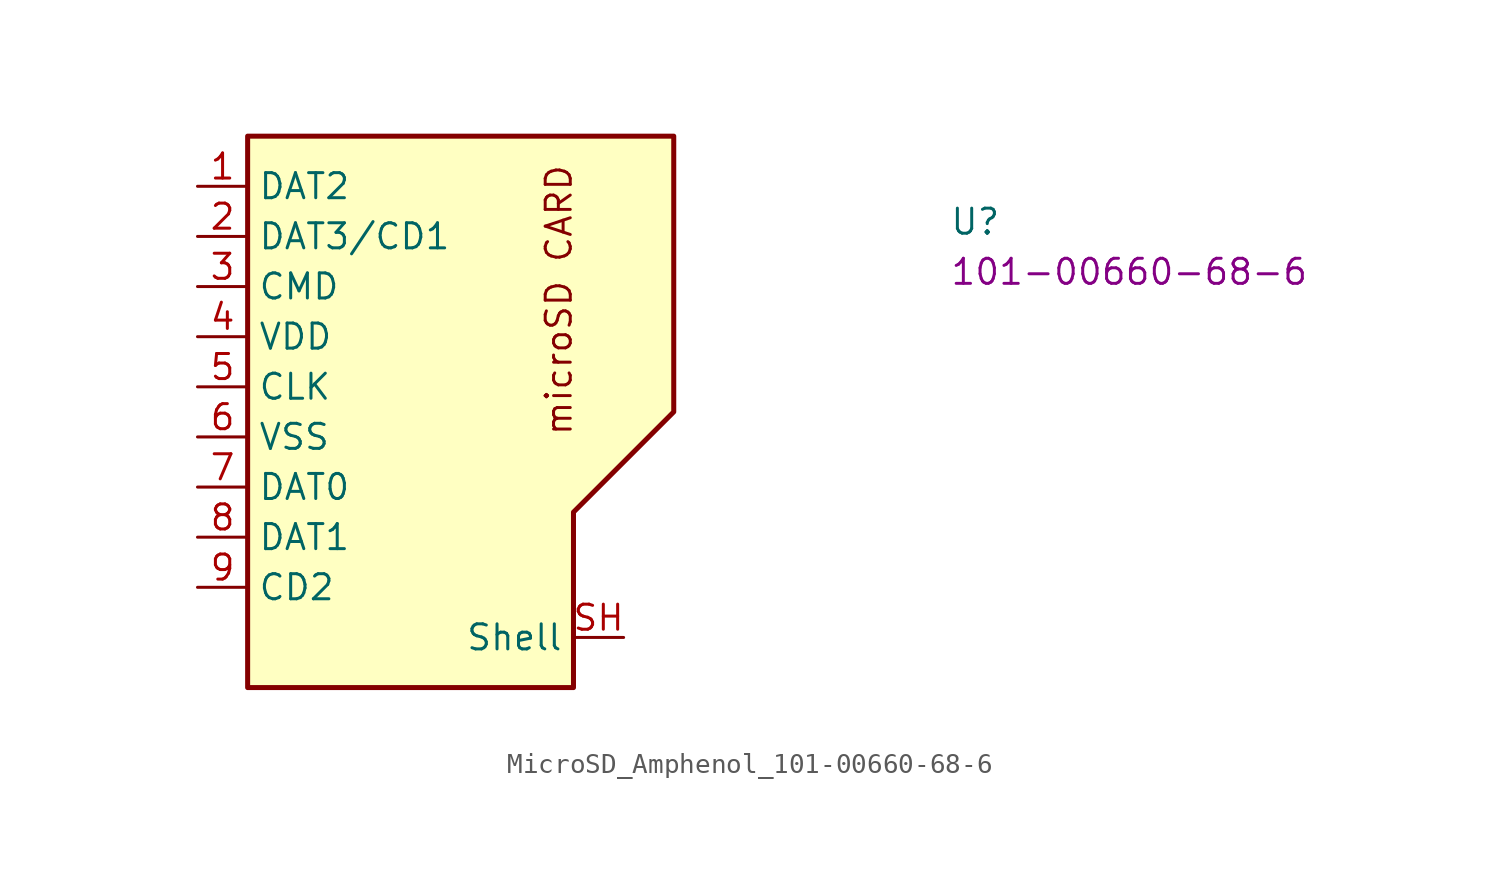
<source format=kicad_sym>
(kicad_symbol_lib
  (version 20220914)
  (generator kicad_symbol_editor)
  (symbol "MicroSD_Amphenol_101-00660-68-6"
    (property "Reference" "U"
      (at 38.1 -2.54 0)
      (effects (font (size 1.27 1.27) (thickness 0.15)) (justify left bottom)))
    (property "MPN" "101-00660-68-6"
      (at 38.1 -5.08 0)
      (effects (font (size 1.27 1.27) (thickness 0.15)) (justify left bottom)))
    (symbol "MicroSD_Amphenol_101-00660-68-6_1_1"
      (polyline (pts (xy 2.54 2.54) (xy 2.54 -25.4) (xy 10.16 -25.4) (xy 13.97 -25.4) (xy 19.05 -25.4) (xy 19.05 -16.51) (xy 24.13 -11.43) (xy 24.13 2.54) (xy 2.54 2.54)) (stroke (width 0.254) (type default)) (fill (type background)))
      (text "microSD CARD" (at 19.05 -12.7 900) (effects (font (size 1.27 1.27) (thickness 0.15)) (justify left bottom)))
      (pin bidirectional line (at 0 0 0) (length 2.54) (name "DAT2" (effects (font (size 1.27 1.27)))) (number "1" (effects (font (size 1.27 1.27)))))
      (pin bidirectional line (at 0 -2.54 0) (length 2.54) (name "DAT3/CD1" (effects (font (size 1.27 1.27)))) (number "2" (effects (font (size 1.27 1.27)))) (alternate "DAT3" passive line))
      (pin bidirectional line (at 0 -5.08 0) (length 2.54) (name "CMD" (effects (font (size 1.27 1.27)))) (number "3" (effects (font (size 1.27 1.27)))))
      (pin power_in line (at 0 -7.62 0) (length 2.54) (name "VDD" (effects (font (size 1.27 1.27)))) (number "4" (effects (font (size 1.27 1.27)))))
      (pin output line (at 0 -10.16 0) (length 2.54) (name "CLK" (effects (font (size 1.27 1.27)))) (number "5" (effects (font (size 1.27 1.27)))))
      (pin power_in line (at 0 -12.7 0) (length 2.54) (name "VSS" (effects (font (size 1.27 1.27)))) (number "6" (effects (font (size 1.27 1.27)))))
      (pin bidirectional line (at 0 -15.24 0) (length 2.54) (name "DAT0" (effects (font (size 1.27 1.27)))) (number "7" (effects (font (size 1.27 1.27)))))
      (pin bidirectional line (at 0 -17.78 0) (length 2.54) (name "DAT1" (effects (font (size 1.27 1.27)))) (number "8" (effects (font (size 1.27 1.27)))))
      (pin passive line (at 0 -20.32 0) (length 2.54) (name "CD2" (effects (font (size 1.27 1.27)))) (number "9" (effects (font (size 1.27 1.27)))))
      (pin passive line (at 21.59 -22.86 180) (length 2.54) (name "Shell" (effects (font (size 1.27 1.27)))) (number "SH" (effects (font (size 1.27 1.27))))))))
</source>
